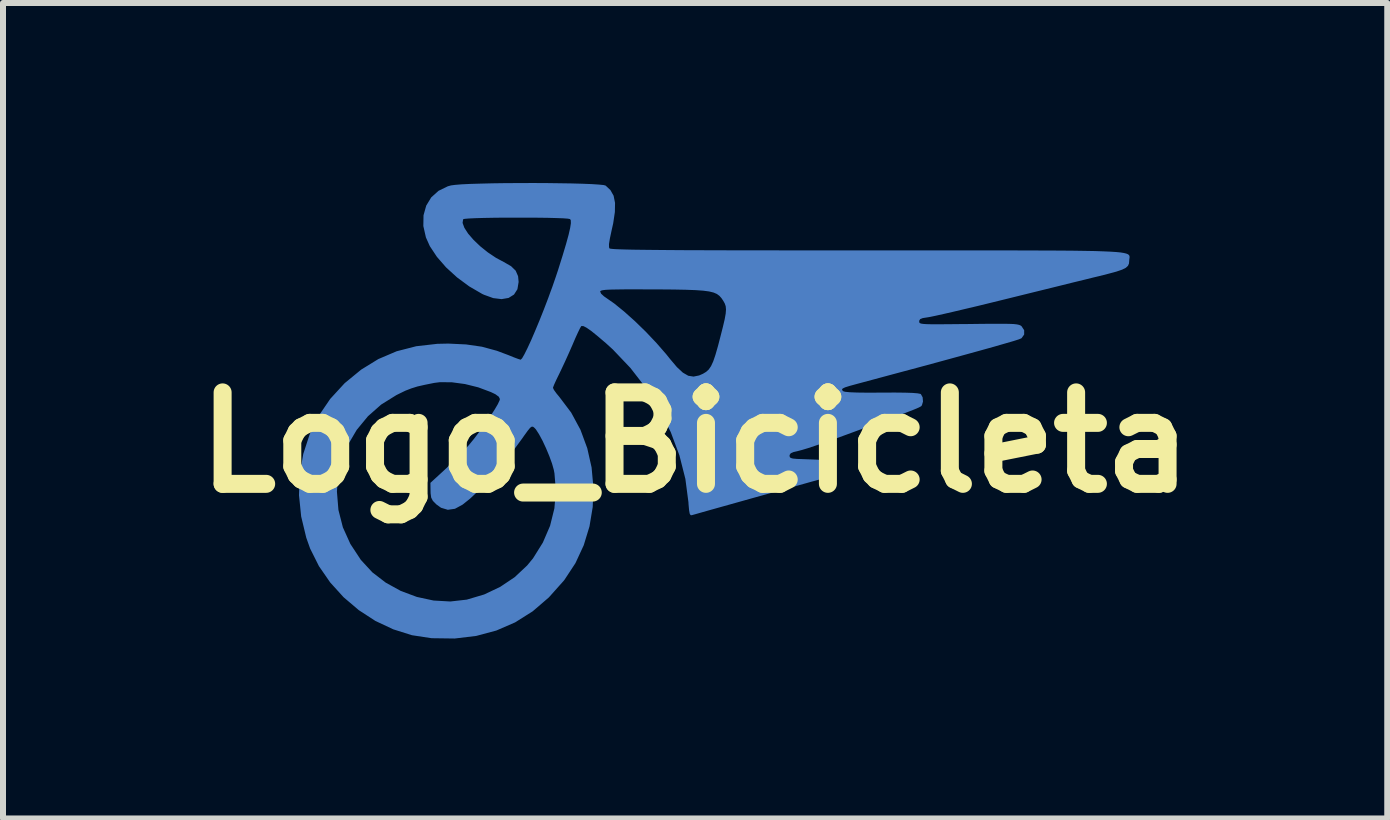
<source format=kicad_pcb>
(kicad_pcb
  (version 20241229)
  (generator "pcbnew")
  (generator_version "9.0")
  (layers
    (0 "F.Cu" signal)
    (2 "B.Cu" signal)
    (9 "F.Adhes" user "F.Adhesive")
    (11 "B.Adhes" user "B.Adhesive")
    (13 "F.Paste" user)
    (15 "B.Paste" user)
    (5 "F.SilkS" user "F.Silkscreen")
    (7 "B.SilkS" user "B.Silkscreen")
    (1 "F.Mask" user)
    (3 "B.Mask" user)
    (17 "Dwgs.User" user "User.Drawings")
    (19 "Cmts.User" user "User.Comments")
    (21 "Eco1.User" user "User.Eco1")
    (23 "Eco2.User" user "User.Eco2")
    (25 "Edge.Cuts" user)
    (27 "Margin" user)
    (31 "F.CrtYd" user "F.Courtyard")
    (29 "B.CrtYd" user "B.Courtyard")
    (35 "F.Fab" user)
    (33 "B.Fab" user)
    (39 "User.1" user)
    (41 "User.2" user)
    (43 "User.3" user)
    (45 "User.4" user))
  (footprint "Logo_Bicicleta"
    (layer "F.Cu")
    (at 8.534 4.324)
    (property "Reference" "Logo_Bicicleta" (at 0 0 0) (layer "F.SilkS") (effects (font (size 1.524 1.524) (thickness 0.3))))
    (attr board_only exclude_from_pos_files exclude_from_bom)
    (fp_poly (pts (xy -2.482 -4.323) (xy -2.264 -4.32) (xy -2.061 -4.317) (xy -1.879 -4.312) (xy -1.725 -4.306) (xy -1.604 -4.298) (xy -1.524 -4.29) (xy -1.491 -4.281) (xy -1.411 -4.206) (xy -1.358 -4.112) (xy -1.334 -3.992) (xy -1.337 -3.84) (xy -1.365 -3.652) (xy -1.391 -3.536) (xy -1.42 -3.4) (xy -1.435 -3.307) (xy -1.434 -3.252) (xy -1.427 -3.234) (xy -1.414 -3.23) (xy -1.383 -3.226) (xy -1.331 -3.222) (xy -1.257 -3.219) (xy -1.158 -3.216) (xy -1.032 -3.213) (xy -0.877 -3.211) (xy -0.691 -3.209) (xy -0.472 -3.207) (xy -0.218 -3.205) (xy 0.073 -3.204) (xy 0.403 -3.203) (xy 0.775 -3.202) (xy 1.189 -3.202) (xy 1.649 -3.201) (xy 2.157 -3.201) (xy 2.714 -3.201) (xy 2.86 -3.201) (xy 3.421 -3.201) (xy 3.931 -3.201) (xy 4.394 -3.201) (xy 4.813 -3.201) (xy 5.188 -3.201) (xy 5.522 -3.2) (xy 5.819 -3.199) (xy 6.079 -3.198) (xy 6.306 -3.196) (xy 6.502 -3.193) (xy 6.668 -3.19) (xy 6.808 -3.185) (xy 6.923 -3.18) (xy 7.016 -3.174) (xy 7.089 -3.167) (xy 7.145 -3.158) (xy 7.186 -3.148) (xy 7.213 -3.137) (xy 7.23 -3.124) (xy 7.238 -3.11) (xy 7.241 -3.094) (xy 7.24 -3.077) (xy 7.237 -3.057) (xy 7.235 -3.036) (xy 7.235 -3.031) (xy 7.231 -2.983) (xy 7.214 -2.944) (xy 7.178 -2.911) (xy 7.116 -2.88) (xy 7.022 -2.848) (xy 6.889 -2.812) (xy 6.74 -2.774) (xy 6.635 -2.749) (xy 6.486 -2.712) (xy 6.301 -2.667) (xy 6.088 -2.614) (xy 5.853 -2.556) (xy 5.605 -2.495) (xy 5.35 -2.432) (xy 5.192 -2.393) (xy 4.948 -2.333) (xy 4.715 -2.276) (xy 4.499 -2.225) (xy 4.305 -2.179) (xy 4.14 -2.141) (xy 4.009 -2.112) (xy 3.918 -2.093) (xy 3.878 -2.086) (xy 3.794 -2.073) (xy 3.751 -2.056) (xy 3.735 -2.029) (xy 3.735 -2.017) (xy 3.736 -2.003) (xy 3.743 -1.991) (xy 3.763 -1.982) (xy 3.799 -1.976) (xy 3.857 -1.972) (xy 3.943 -1.97) (xy 4.062 -1.97) (xy 4.219 -1.971) (xy 4.419 -1.973) (xy 4.562 -1.974) (xy 4.792 -1.977) (xy 4.977 -1.978) (xy 5.12 -1.978) (xy 5.229 -1.977) (xy 5.307 -1.974) (xy 5.362 -1.968) (xy 5.399 -1.96) (xy 5.423 -1.95) (xy 5.44 -1.938) (xy 5.484 -1.871) (xy 5.484 -1.799) (xy 5.442 -1.74) (xy 5.433 -1.734) (xy 5.394 -1.718) (xy 5.306 -1.69) (xy 5.168 -1.65) (xy 4.981 -1.596) (xy 4.744 -1.53) (xy 4.457 -1.451) (xy 4.121 -1.359) (xy 3.734 -1.254) (xy 3.297 -1.137) (xy 2.81 -1.006) (xy 2.698 -0.976) (xy 2.577 -0.943) (xy 2.5 -0.919) (xy 2.459 -0.899) (xy 2.448 -0.881) (xy 2.46 -0.861) (xy 2.466 -0.855) (xy 2.499 -0.845) (xy 2.577 -0.837) (xy 2.702 -0.832) (xy 2.875 -0.83) (xy 3.098 -0.831) (xy 3.11 -0.831) (xy 3.329 -0.832) (xy 3.499 -0.83) (xy 3.624 -0.826) (xy 3.708 -0.819) (xy 3.754 -0.81) (xy 3.763 -0.805) (xy 3.792 -0.753) (xy 3.798 -0.682) (xy 3.78 -0.62) (xy 3.766 -0.603) (xy 3.729 -0.583) (xy 3.654 -0.551) (xy 3.552 -0.511) (xy 3.447 -0.471) (xy 3.341 -0.433) (xy 3.197 -0.38) (xy 3.026 -0.317) (xy 2.839 -0.247) (xy 2.646 -0.176) (xy 2.524 -0.131) (xy 2.343 -0.065) (xy 2.17 -0.003) (xy 2.012 0.051) (xy 1.88 0.095) (xy 1.78 0.125) (xy 1.731 0.138) (xy 1.642 0.159) (xy 1.594 0.18) (xy 1.576 0.207) (xy 1.574 0.221) (xy 1.578 0.243) (xy 1.594 0.258) (xy 1.63 0.268) (xy 1.697 0.274) (xy 1.802 0.278) (xy 1.886 0.281) (xy 2.041 0.287) (xy 2.152 0.299) (xy 2.225 0.32) (xy 2.268 0.353) (xy 2.287 0.4) (xy 2.29 0.446) (xy 2.28 0.5) (xy 2.244 0.544) (xy 2.174 0.583) (xy 2.063 0.62) (xy 2.004 0.636) (xy 1.949 0.651) (xy 1.853 0.678) (xy 1.721 0.715) (xy 1.561 0.759) (xy 1.38 0.809) (xy 1.185 0.864) (xy 0.983 0.92) (xy 0.78 0.977) (xy 0.584 1.032) (xy 0.402 1.083) (xy 0.241 1.128) (xy 0.107 1.166) (xy 0.009 1.194) (xy -0.049 1.21) (xy -0.055 1.212) (xy -0.075 1.211) (xy -0.09 1.186) (xy -0.1 1.13) (xy -0.109 1.033) (xy -0.111 0.996) (xy -0.162 0.607) (xy -0.261 0.216) (xy -0.405 -0.171) (xy -0.592 -0.547) (xy -0.817 -0.906) (xy -1.078 -1.242) (xy -1.371 -1.55) (xy -1.484 -1.653) (xy -1.624 -1.772) (xy -1.73 -1.858) (xy -1.808 -1.912) (xy -1.86 -1.939) (xy -1.892 -1.941) (xy -1.899 -1.936) (xy -1.918 -1.904) (xy -1.952 -1.834) (xy -1.996 -1.738) (xy -2.043 -1.628) (xy -2.104 -1.489) (xy -2.17 -1.343) (xy -2.232 -1.211) (xy -2.266 -1.14) (xy -2.312 -1.046) (xy -2.348 -0.967) (xy -2.367 -0.918) (xy -2.368 -0.909) (xy -2.352 -0.875) (xy -2.31 -0.817) (xy -2.262 -0.759) (xy -2.065 -0.498) (xy -1.91 -0.211) (xy -1.797 0.096) (xy -1.725 0.416) (xy -1.695 0.744) (xy -1.706 1.074) (xy -1.76 1.399) (xy -1.856 1.713) (xy -1.994 2.011) (xy -2.175 2.286) (xy -2.188 2.303) (xy -2.437 2.582) (xy -2.707 2.814) (xy -2.999 2.998) (xy -3.312 3.134) (xy -3.648 3.224) (xy -4.006 3.267) (xy -4.385 3.262) (xy -4.398 3.261) (xy -4.719 3.212) (xy -5.03 3.114) (xy -5.328 2.974) (xy -5.605 2.794) (xy -5.858 2.579) (xy -6.081 2.333) (xy -6.269 2.061) (xy -6.416 1.767) (xy -6.48 1.587) (xy -6.565 1.233) (xy -6.601 0.879) (xy -6.599 0.82) (xy -5.969 0.82) (xy -5.944 1.124) (xy -5.87 1.414) (xy -5.745 1.691) (xy -5.57 1.957) (xy -5.568 1.959) (xy -5.379 2.164) (xy -5.155 2.336) (xy -4.905 2.474) (xy -4.637 2.574) (xy -4.359 2.634) (xy -4.079 2.65) (xy -3.805 2.619) (xy -3.798 2.617) (xy -3.515 2.533) (xy -3.249 2.407) (xy -3.007 2.245) (xy -2.799 2.05) (xy -2.701 1.931) (xy -2.537 1.668) (xy -2.417 1.389) (xy -2.345 1.099) (xy -2.32 0.805) (xy -2.344 0.513) (xy -2.355 0.455) (xy -2.384 0.352) (xy -2.429 0.228) (xy -2.484 0.096) (xy -2.543 -0.03) (xy -2.602 -0.139) (xy -2.653 -0.218) (xy -2.676 -0.243) (xy -2.7 -0.262) (xy -2.722 -0.264) (xy -2.75 -0.244) (xy -2.79 -0.195) (xy -2.85 -0.112) (xy -2.877 -0.073) (xy -3.049 0.162) (xy -3.229 0.388) (xy -3.411 0.598) (xy -3.587 0.783) (xy -3.75 0.936) (xy -3.875 1.036) (xy -4.002 1.105) (xy -4.121 1.122) (xy -4.234 1.088) (xy -4.312 1.032) (xy -4.37 0.973) (xy -4.398 0.919) (xy -4.408 0.847) (xy -4.409 0.809) (xy -4.411 0.673) (xy -4.18 0.461) (xy -4.065 0.352) (xy -3.944 0.23) (xy -3.832 0.112) (xy -3.774 0.048) (xy -3.686 -0.059) (xy -3.594 -0.18) (xy -3.502 -0.306) (xy -3.417 -0.43) (xy -3.344 -0.543) (xy -3.289 -0.636) (xy -3.258 -0.702) (xy -3.253 -0.724) (xy -3.271 -0.762) (xy -3.328 -0.804) (xy -3.403 -0.84) (xy -3.614 -0.919) (xy -3.836 -0.974) (xy -4.053 -1.003) (xy -4.251 -1.005) (xy -4.346 -0.993) (xy -4.505 -0.961) (xy -4.628 -0.933) (xy -4.73 -0.901) (xy -4.828 -0.863) (xy -4.935 -0.811) (xy -4.979 -0.789) (xy -5.231 -0.632) (xy -5.452 -0.437) (xy -5.639 -0.21) (xy -5.788 0.043) (xy -5.894 0.316) (xy -5.955 0.602) (xy -5.969 0.82) (xy -6.599 0.82) (xy -6.589 0.53) (xy -6.53 0.191) (xy -6.424 -0.134) (xy -6.275 -0.441) (xy -6.081 -0.726) (xy -5.845 -0.983) (xy -5.838 -0.99) (xy -5.565 -1.214) (xy -5.279 -1.39) (xy -4.974 -1.52) (xy -4.647 -1.604) (xy -4.296 -1.644) (xy -4.112 -1.648) (xy -3.817 -1.634) (xy -3.553 -1.596) (xy -3.303 -1.528) (xy -3.114 -1.457) (xy -3.023 -1.42) (xy -2.951 -1.393) (xy -2.91 -1.38) (xy -2.907 -1.379) (xy -2.883 -1.403) (xy -2.845 -1.469) (xy -2.794 -1.571) (xy -2.733 -1.703) (xy -2.666 -1.859) (xy -2.594 -2.032) (xy -2.521 -2.215) (xy -2.449 -2.403) (xy -2.408 -2.516) (xy -1.582 -2.516) (xy -1.567 -2.48) (xy -1.518 -2.435) (xy -1.492 -2.417) (xy -1.347 -2.316) (xy -1.181 -2.181) (xy -1.002 -2.021) (xy -0.82 -1.844) (xy -0.644 -1.658) (xy -0.482 -1.472) (xy -0.418 -1.392) (xy -0.303 -1.256) (xy -0.204 -1.164) (xy -0.114 -1.112) (xy -0.026 -1.098) (xy 0.067 -1.117) (xy 0.131 -1.145) (xy 0.184 -1.177) (xy 0.228 -1.217) (xy 0.266 -1.273) (xy 0.302 -1.351) (xy 0.339 -1.46) (xy 0.381 -1.606) (xy 0.42 -1.756) (xy 0.463 -1.925) (xy 0.493 -2.053) (xy 0.51 -2.148) (xy 0.515 -2.217) (xy 0.51 -2.271) (xy 0.494 -2.317) (xy 0.47 -2.36) (xy 0.439 -2.406) (xy 0.405 -2.444) (xy 0.363 -2.475) (xy 0.307 -2.499) (xy 0.233 -2.517) (xy 0.134 -2.53) (xy 0.007 -2.539) (xy -0.155 -2.545) (xy -0.356 -2.549) (xy -0.601 -2.551) (xy -0.729 -2.551) (xy -0.964 -2.552) (xy -1.153 -2.552) (xy -1.3 -2.55) (xy -1.41 -2.548) (xy -1.488 -2.544) (xy -1.539 -2.538) (xy -1.568 -2.53) (xy -1.581 -2.52) (xy -1.582 -2.516) (xy -2.408 -2.516) (xy -2.381 -2.588) (xy -2.32 -2.765) (xy -2.283 -2.876) (xy -2.208 -3.115) (xy -2.15 -3.309) (xy -2.108 -3.462) (xy -2.082 -3.576) (xy -2.07 -3.655) (xy -2.072 -3.704) (xy -2.084 -3.723) (xy -2.12 -3.73) (xy -2.2 -3.736) (xy -2.315 -3.74) (xy -2.46 -3.744) (xy -2.626 -3.746) (xy -2.806 -3.747) (xy -2.993 -3.747) (xy -3.179 -3.747) (xy -3.357 -3.745) (xy -3.519 -3.742) (xy -3.659 -3.738) (xy -3.768 -3.733) (xy -3.839 -3.727) (xy -3.866 -3.72) (xy -3.875 -3.659) (xy -3.845 -3.577) (xy -3.782 -3.48) (xy -3.692 -3.376) (xy -3.581 -3.27) (xy -3.454 -3.168) (xy -3.318 -3.077) (xy -3.189 -3.008) (xy -3.067 -2.938) (xy -2.99 -2.863) (xy -2.95 -2.771) (xy -2.941 -2.675) (xy -2.961 -2.554) (xy -3.018 -2.465) (xy -3.108 -2.409) (xy -3.225 -2.389) (xy -3.364 -2.406) (xy -3.519 -2.462) (xy -3.547 -2.475) (xy -3.764 -2.601) (xy -3.967 -2.751) (xy -4.15 -2.918) (xy -4.303 -3.094) (xy -4.421 -3.272) (xy -4.486 -3.417) (xy -4.529 -3.607) (xy -4.526 -3.786) (xy -4.481 -3.947) (xy -4.397 -4.085) (xy -4.276 -4.194) (xy -4.122 -4.269) (xy -4.068 -4.284) (xy -4.001 -4.293) (xy -3.892 -4.302) (xy -3.747 -4.309) (xy -3.573 -4.314) (xy -3.375 -4.319) (xy -3.161 -4.322) (xy -2.937 -4.323) (xy -2.708 -4.324)) (stroke (width 0) (type solid)) (fill yes) (layer "B.Cu")))
  (gr_rect
    (start -3 -3)
    (end 20.069 10.59)
    (stroke (width 0.1) (type default))
    (fill no)
    (layer "Edge.Cuts")))
</source>
